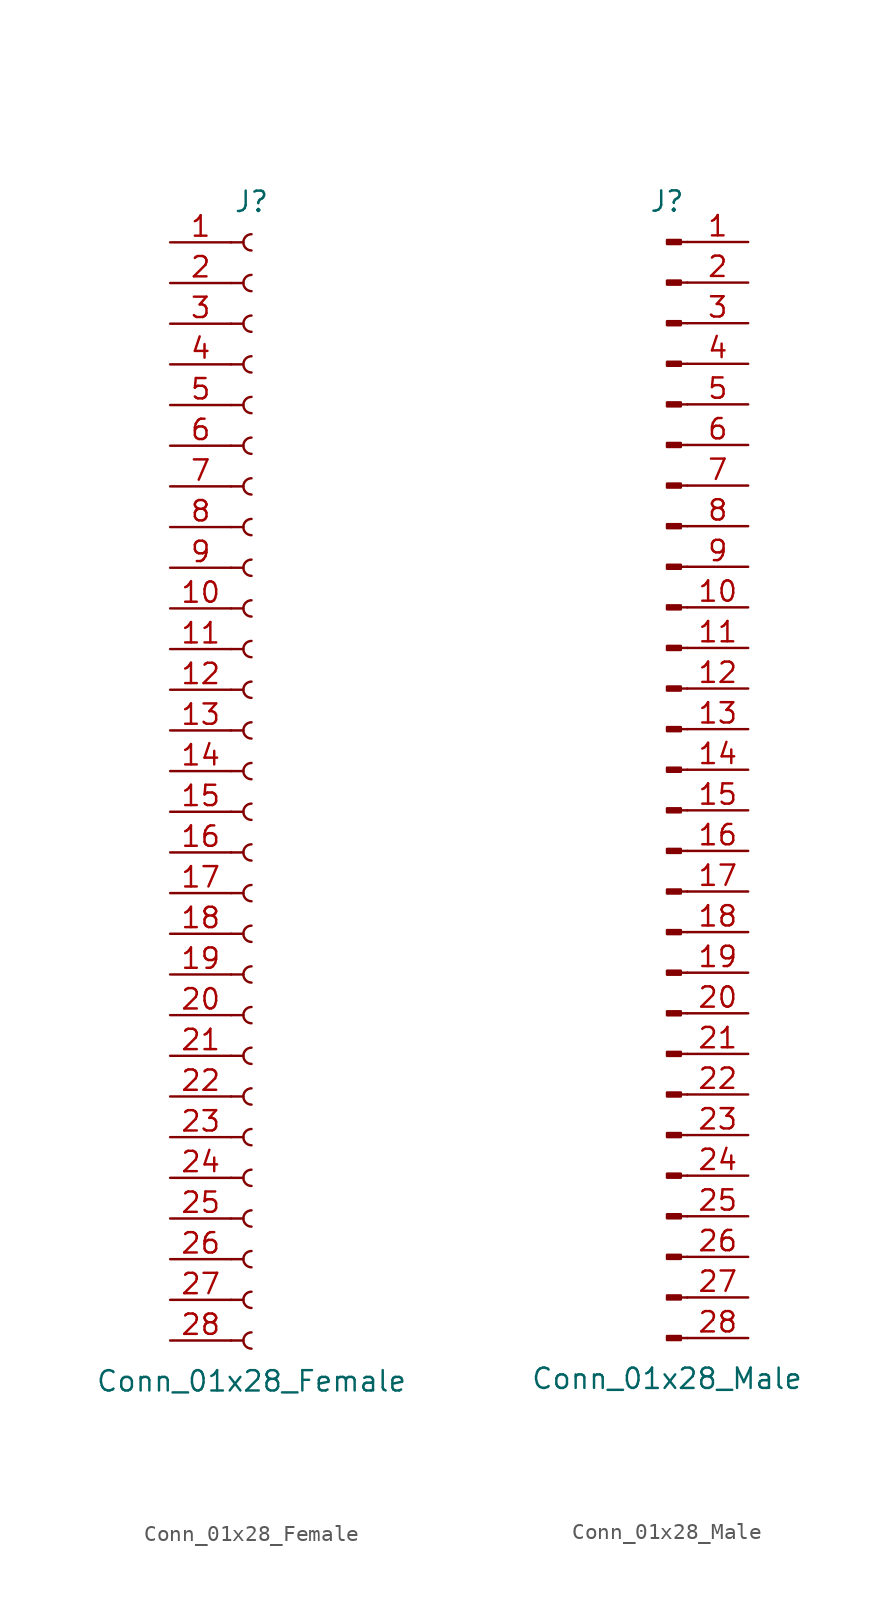
<source format=kicad_sym>
(kicad_symbol_lib
  (version 20211014)
  (generator kicad_symbol_editor)
  (symbol "Conn_01x28_Female"
    (pin_names
      (offset 1.016) hide)
    (property "Reference" "J"
      (at 0 35.56 0)
      (effects (font (size 1.27 1.27))))
    (property "Value" "Conn_01x28_Female"
      (at 0 -38.1 0)
      (effects (font (size 1.27 1.27))))
    (symbol "Conn_01x28_Female_1_1"
      (arc (start 0 -35.052) (mid -0.508 -35.56) (end 0 -36.068) (stroke (width 0.1524) (type default) (color 0 0 0 0)) (fill (type none)))
      (arc (start 0 -32.512) (mid -0.508 -33.02) (end 0 -33.528) (stroke (width 0.1524) (type default) (color 0 0 0 0)) (fill (type none)))
      (arc (start 0 -29.972) (mid -0.508 -30.48) (end 0 -30.988) (stroke (width 0.1524) (type default) (color 0 0 0 0)) (fill (type none)))
      (arc (start 0 -27.432) (mid -0.508 -27.94) (end 0 -28.448) (stroke (width 0.1524) (type default) (color 0 0 0 0)) (fill (type none)))
      (arc (start 0 -24.892) (mid -0.508 -25.4) (end 0 -25.908) (stroke (width 0.1524) (type default) (color 0 0 0 0)) (fill (type none)))
      (arc (start 0 -22.352) (mid -0.508 -22.86) (end 0 -23.368) (stroke (width 0.1524) (type default) (color 0 0 0 0)) (fill (type none)))
      (arc (start 0 -19.812) (mid -0.508 -20.32) (end 0 -20.828) (stroke (width 0.1524) (type default) (color 0 0 0 0)) (fill (type none)))
      (arc (start 0 -17.272) (mid -0.508 -17.78) (end 0 -18.288) (stroke (width 0.1524) (type default) (color 0 0 0 0)) (fill (type none)))
      (arc (start 0 -14.732) (mid -0.508 -15.24) (end 0 -15.748) (stroke (width 0.1524) (type default) (color 0 0 0 0)) (fill (type none)))
      (arc (start 0 -12.192) (mid -0.508 -12.7) (end 0 -13.208) (stroke (width 0.1524) (type default) (color 0 0 0 0)) (fill (type none)))
      (arc (start 0 -9.652) (mid -0.508 -10.16) (end 0 -10.668) (stroke (width 0.1524) (type default) (color 0 0 0 0)) (fill (type none)))
      (arc (start 0 -7.112) (mid -0.508 -7.62) (end 0 -8.128) (stroke (width 0.1524) (type default) (color 0 0 0 0)) (fill (type none)))
      (arc (start 0 -4.572) (mid -0.508 -5.08) (end 0 -5.588) (stroke (width 0.1524) (type default) (color 0 0 0 0)) (fill (type none)))
      (arc (start 0 -2.032) (mid -0.508 -2.54) (end 0 -3.048) (stroke (width 0.1524) (type default) (color 0 0 0 0)) (fill (type none)))
      (polyline (pts (xy -1.27 -35.56) (xy -0.508 -35.56)) (stroke (width 0.152) (type default) (color 0 0 0 0)) (fill (type none)))
      (polyline (pts (xy -1.27 -33.02) (xy -0.508 -33.02)) (stroke (width 0.152) (type default) (color 0 0 0 0)) (fill (type none)))
      (polyline (pts (xy -1.27 -30.48) (xy -0.508 -30.48)) (stroke (width 0.152) (type default) (color 0 0 0 0)) (fill (type none)))
      (polyline (pts (xy -1.27 -27.94) (xy -0.508 -27.94)) (stroke (width 0.152) (type default) (color 0 0 0 0)) (fill (type none)))
      (polyline (pts (xy -1.27 -25.4) (xy -0.508 -25.4)) (stroke (width 0.152) (type default) (color 0 0 0 0)) (fill (type none)))
      (polyline (pts (xy -1.27 -22.86) (xy -0.508 -22.86)) (stroke (width 0.152) (type default) (color 0 0 0 0)) (fill (type none)))
      (polyline (pts (xy -1.27 -20.32) (xy -0.508 -20.32)) (stroke (width 0.152) (type default) (color 0 0 0 0)) (fill (type none)))
      (polyline (pts (xy -1.27 -17.78) (xy -0.508 -17.78)) (stroke (width 0.152) (type default) (color 0 0 0 0)) (fill (type none)))
      (polyline (pts (xy -1.27 -15.24) (xy -0.508 -15.24)) (stroke (width 0.152) (type default) (color 0 0 0 0)) (fill (type none)))
      (polyline (pts (xy -1.27 -12.7) (xy -0.508 -12.7)) (stroke (width 0.152) (type default) (color 0 0 0 0)) (fill (type none)))
      (polyline (pts (xy -1.27 -10.16) (xy -0.508 -10.16)) (stroke (width 0.152) (type default) (color 0 0 0 0)) (fill (type none)))
      (polyline (pts (xy -1.27 -7.62) (xy -0.508 -7.62)) (stroke (width 0.152) (type default) (color 0 0 0 0)) (fill (type none)))
      (polyline (pts (xy -1.27 -5.08) (xy -0.508 -5.08)) (stroke (width 0.152) (type default) (color 0 0 0 0)) (fill (type none)))
      (polyline (pts (xy -1.27 -2.54) (xy -0.508 -2.54)) (stroke (width 0.152) (type default) (color 0 0 0 0)) (fill (type none)))
      (polyline (pts (xy -1.27 0) (xy -0.508 0)) (stroke (width 0.152) (type default) (color 0 0 0 0)) (fill (type none)))
      (polyline (pts (xy -1.27 2.54) (xy -0.508 2.54)) (stroke (width 0.152) (type default) (color 0 0 0 0)) (fill (type none)))
      (polyline (pts (xy -1.27 5.08) (xy -0.508 5.08)) (stroke (width 0.152) (type default) (color 0 0 0 0)) (fill (type none)))
      (polyline (pts (xy -1.27 7.62) (xy -0.508 7.62)) (stroke (width 0.152) (type default) (color 0 0 0 0)) (fill (type none)))
      (polyline (pts (xy -1.27 10.16) (xy -0.508 10.16)) (stroke (width 0.152) (type default) (color 0 0 0 0)) (fill (type none)))
      (polyline (pts (xy -1.27 12.7) (xy -0.508 12.7)) (stroke (width 0.152) (type default) (color 0 0 0 0)) (fill (type none)))
      (polyline (pts (xy -1.27 15.24) (xy -0.508 15.24)) (stroke (width 0.152) (type default) (color 0 0 0 0)) (fill (type none)))
      (polyline (pts (xy -1.27 17.78) (xy -0.508 17.78)) (stroke (width 0.152) (type default) (color 0 0 0 0)) (fill (type none)))
      (polyline (pts (xy -1.27 20.32) (xy -0.508 20.32)) (stroke (width 0.152) (type default) (color 0 0 0 0)) (fill (type none)))
      (polyline (pts (xy -1.27 22.86) (xy -0.508 22.86)) (stroke (width 0.152) (type default) (color 0 0 0 0)) (fill (type none)))
      (polyline (pts (xy -1.27 25.4) (xy -0.508 25.4)) (stroke (width 0.152) (type default) (color 0 0 0 0)) (fill (type none)))
      (polyline (pts (xy -1.27 27.94) (xy -0.508 27.94)) (stroke (width 0.152) (type default) (color 0 0 0 0)) (fill (type none)))
      (polyline (pts (xy -1.27 30.48) (xy -0.508 30.48)) (stroke (width 0.152) (type default) (color 0 0 0 0)) (fill (type none)))
      (polyline (pts (xy -1.27 33.02) (xy -0.508 33.02)) (stroke (width 0.152) (type default) (color 0 0 0 0)) (fill (type none)))
      (arc (start 0 0.508) (mid -0.508 0) (end 0 -0.508) (stroke (width 0.1524) (type default) (color 0 0 0 0)) (fill (type none)))
      (arc (start 0 3.048) (mid -0.508 2.54) (end 0 2.032) (stroke (width 0.1524) (type default) (color 0 0 0 0)) (fill (type none)))
      (arc (start 0 5.588) (mid -0.508 5.08) (end 0 4.572) (stroke (width 0.1524) (type default) (color 0 0 0 0)) (fill (type none)))
      (arc (start 0 8.128) (mid -0.508 7.62) (end 0 7.112) (stroke (width 0.1524) (type default) (color 0 0 0 0)) (fill (type none)))
      (arc (start 0 10.668) (mid -0.508 10.16) (end 0 9.652) (stroke (width 0.1524) (type default) (color 0 0 0 0)) (fill (type none)))
      (arc (start 0 13.208) (mid -0.508 12.7) (end 0 12.192) (stroke (width 0.1524) (type default) (color 0 0 0 0)) (fill (type none)))
      (arc (start 0 15.748) (mid -0.508 15.24) (end 0 14.732) (stroke (width 0.1524) (type default) (color 0 0 0 0)) (fill (type none)))
      (arc (start 0 18.288) (mid -0.508 17.78) (end 0 17.272) (stroke (width 0.1524) (type default) (color 0 0 0 0)) (fill (type none)))
      (arc (start 0 20.828) (mid -0.508 20.32) (end 0 19.812) (stroke (width 0.1524) (type default) (color 0 0 0 0)) (fill (type none)))
      (arc (start 0 23.368) (mid -0.508 22.86) (end 0 22.352) (stroke (width 0.1524) (type default) (color 0 0 0 0)) (fill (type none)))
      (arc (start 0 25.908) (mid -0.508 25.4) (end 0 24.892) (stroke (width 0.1524) (type default) (color 0 0 0 0)) (fill (type none)))
      (arc (start 0 28.448) (mid -0.508 27.94) (end 0 27.432) (stroke (width 0.1524) (type default) (color 0 0 0 0)) (fill (type none)))
      (arc (start 0 30.988) (mid -0.508 30.48) (end 0 29.972) (stroke (width 0.1524) (type default) (color 0 0 0 0)) (fill (type none)))
      (arc (start 0 33.528) (mid -0.508 33.02) (end 0 32.512) (stroke (width 0.1524) (type default) (color 0 0 0 0)) (fill (type none)))
      (pin passive line (at -5.08 33.02 0) (length 3.81) (name "Pin_1" (effects (font (size 1.27 1.27)))) (number "1" (effects (font (size 1.27 1.27)))))
      (pin passive line (at -5.08 10.16 0) (length 3.81) (name "Pin_10" (effects (font (size 1.27 1.27)))) (number "10" (effects (font (size 1.27 1.27)))))
      (pin passive line (at -5.08 7.62 0) (length 3.81) (name "Pin_11" (effects (font (size 1.27 1.27)))) (number "11" (effects (font (size 1.27 1.27)))))
      (pin passive line (at -5.08 5.08 0) (length 3.81) (name "Pin_12" (effects (font (size 1.27 1.27)))) (number "12" (effects (font (size 1.27 1.27)))))
      (pin passive line (at -5.08 2.54 0) (length 3.81) (name "Pin_13" (effects (font (size 1.27 1.27)))) (number "13" (effects (font (size 1.27 1.27)))))
      (pin passive line (at -5.08 0 0) (length 3.81) (name "Pin_14" (effects (font (size 1.27 1.27)))) (number "14" (effects (font (size 1.27 1.27)))))
      (pin passive line (at -5.08 -2.54 0) (length 3.81) (name "Pin_15" (effects (font (size 1.27 1.27)))) (number "15" (effects (font (size 1.27 1.27)))))
      (pin passive line (at -5.08 -5.08 0) (length 3.81) (name "Pin_16" (effects (font (size 1.27 1.27)))) (number "16" (effects (font (size 1.27 1.27)))))
      (pin passive line (at -5.08 -7.62 0) (length 3.81) (name "Pin_17" (effects (font (size 1.27 1.27)))) (number "17" (effects (font (size 1.27 1.27)))))
      (pin passive line (at -5.08 -10.16 0) (length 3.81) (name "Pin_18" (effects (font (size 1.27 1.27)))) (number "18" (effects (font (size 1.27 1.27)))))
      (pin passive line (at -5.08 -12.7 0) (length 3.81) (name "Pin_19" (effects (font (size 1.27 1.27)))) (number "19" (effects (font (size 1.27 1.27)))))
      (pin passive line (at -5.08 30.48 0) (length 3.81) (name "Pin_2" (effects (font (size 1.27 1.27)))) (number "2" (effects (font (size 1.27 1.27)))))
      (pin passive line (at -5.08 -15.24 0) (length 3.81) (name "Pin_20" (effects (font (size 1.27 1.27)))) (number "20" (effects (font (size 1.27 1.27)))))
      (pin passive line (at -5.08 -17.78 0) (length 3.81) (name "Pin_21" (effects (font (size 1.27 1.27)))) (number "21" (effects (font (size 1.27 1.27)))))
      (pin passive line (at -5.08 -20.32 0) (length 3.81) (name "Pin_22" (effects (font (size 1.27 1.27)))) (number "22" (effects (font (size 1.27 1.27)))))
      (pin passive line (at -5.08 -22.86 0) (length 3.81) (name "Pin_23" (effects (font (size 1.27 1.27)))) (number "23" (effects (font (size 1.27 1.27)))))
      (pin passive line (at -5.08 -25.4 0) (length 3.81) (name "Pin_24" (effects (font (size 1.27 1.27)))) (number "24" (effects (font (size 1.27 1.27)))))
      (pin passive line (at -5.08 -27.94 0) (length 3.81) (name "Pin_25" (effects (font (size 1.27 1.27)))) (number "25" (effects (font (size 1.27 1.27)))))
      (pin passive line (at -5.08 -30.48 0) (length 3.81) (name "Pin_26" (effects (font (size 1.27 1.27)))) (number "26" (effects (font (size 1.27 1.27)))))
      (pin passive line (at -5.08 -33.02 0) (length 3.81) (name "Pin_27" (effects (font (size 1.27 1.27)))) (number "27" (effects (font (size 1.27 1.27)))))
      (pin passive line (at -5.08 -35.56 0) (length 3.81) (name "Pin_28" (effects (font (size 1.27 1.27)))) (number "28" (effects (font (size 1.27 1.27)))))
      (pin passive line (at -5.08 27.94 0) (length 3.81) (name "Pin_3" (effects (font (size 1.27 1.27)))) (number "3" (effects (font (size 1.27 1.27)))))
      (pin passive line (at -5.08 25.4 0) (length 3.81) (name "Pin_4" (effects (font (size 1.27 1.27)))) (number "4" (effects (font (size 1.27 1.27)))))
      (pin passive line (at -5.08 22.86 0) (length 3.81) (name "Pin_5" (effects (font (size 1.27 1.27)))) (number "5" (effects (font (size 1.27 1.27)))))
      (pin passive line (at -5.08 20.32 0) (length 3.81) (name "Pin_6" (effects (font (size 1.27 1.27)))) (number "6" (effects (font (size 1.27 1.27)))))
      (pin passive line (at -5.08 17.78 0) (length 3.81) (name "Pin_7" (effects (font (size 1.27 1.27)))) (number "7" (effects (font (size 1.27 1.27)))))
      (pin passive line (at -5.08 15.24 0) (length 3.81) (name "Pin_8" (effects (font (size 1.27 1.27)))) (number "8" (effects (font (size 1.27 1.27)))))
      (pin passive line (at -5.08 12.7 0) (length 3.81) (name "Pin_9" (effects (font (size 1.27 1.27)))) (number "9" (effects (font (size 1.27 1.27)))))))
  (symbol "Conn_01x28_Male"
    (pin_names
      (offset 1.016) hide)
    (property "Reference" "J"
      (at 0 35.56 0)
      (effects (font (size 1.27 1.27))))
    (property "Value" "Conn_01x28_Male"
      (at 0 -38.1 0)
      (effects (font (size 1.27 1.27))))
    (symbol "Conn_01x28_Male_1_1"
      (polyline (pts (xy 1.27 -35.56) (xy 0.864 -35.56)) (stroke (width 0.152) (type default) (color 0 0 0 0)) (fill (type none)))
      (polyline (pts (xy 1.27 -33.02) (xy 0.864 -33.02)) (stroke (width 0.152) (type default) (color 0 0 0 0)) (fill (type none)))
      (polyline (pts (xy 1.27 -30.48) (xy 0.864 -30.48)) (stroke (width 0.152) (type default) (color 0 0 0 0)) (fill (type none)))
      (polyline (pts (xy 1.27 -27.94) (xy 0.864 -27.94)) (stroke (width 0.152) (type default) (color 0 0 0 0)) (fill (type none)))
      (polyline (pts (xy 1.27 -25.4) (xy 0.864 -25.4)) (stroke (width 0.152) (type default) (color 0 0 0 0)) (fill (type none)))
      (polyline (pts (xy 1.27 -22.86) (xy 0.864 -22.86)) (stroke (width 0.152) (type default) (color 0 0 0 0)) (fill (type none)))
      (polyline (pts (xy 1.27 -20.32) (xy 0.864 -20.32)) (stroke (width 0.152) (type default) (color 0 0 0 0)) (fill (type none)))
      (polyline (pts (xy 1.27 -17.78) (xy 0.864 -17.78)) (stroke (width 0.152) (type default) (color 0 0 0 0)) (fill (type none)))
      (polyline (pts (xy 1.27 -15.24) (xy 0.864 -15.24)) (stroke (width 0.152) (type default) (color 0 0 0 0)) (fill (type none)))
      (polyline (pts (xy 1.27 -12.7) (xy 0.864 -12.7)) (stroke (width 0.152) (type default) (color 0 0 0 0)) (fill (type none)))
      (polyline (pts (xy 1.27 -10.16) (xy 0.864 -10.16)) (stroke (width 0.152) (type default) (color 0 0 0 0)) (fill (type none)))
      (polyline (pts (xy 1.27 -7.62) (xy 0.864 -7.62)) (stroke (width 0.152) (type default) (color 0 0 0 0)) (fill (type none)))
      (polyline (pts (xy 1.27 -5.08) (xy 0.864 -5.08)) (stroke (width 0.152) (type default) (color 0 0 0 0)) (fill (type none)))
      (polyline (pts (xy 1.27 -2.54) (xy 0.864 -2.54)) (stroke (width 0.152) (type default) (color 0 0 0 0)) (fill (type none)))
      (polyline (pts (xy 1.27 0) (xy 0.864 0)) (stroke (width 0.152) (type default) (color 0 0 0 0)) (fill (type none)))
      (polyline (pts (xy 1.27 2.54) (xy 0.864 2.54)) (stroke (width 0.152) (type default) (color 0 0 0 0)) (fill (type none)))
      (polyline (pts (xy 1.27 5.08) (xy 0.864 5.08)) (stroke (width 0.152) (type default) (color 0 0 0 0)) (fill (type none)))
      (polyline (pts (xy 1.27 7.62) (xy 0.864 7.62)) (stroke (width 0.152) (type default) (color 0 0 0 0)) (fill (type none)))
      (polyline (pts (xy 1.27 10.16) (xy 0.864 10.16)) (stroke (width 0.152) (type default) (color 0 0 0 0)) (fill (type none)))
      (polyline (pts (xy 1.27 12.7) (xy 0.864 12.7)) (stroke (width 0.152) (type default) (color 0 0 0 0)) (fill (type none)))
      (polyline (pts (xy 1.27 15.24) (xy 0.864 15.24)) (stroke (width 0.152) (type default) (color 0 0 0 0)) (fill (type none)))
      (polyline (pts (xy 1.27 17.78) (xy 0.864 17.78)) (stroke (width 0.152) (type default) (color 0 0 0 0)) (fill (type none)))
      (polyline (pts (xy 1.27 20.32) (xy 0.864 20.32)) (stroke (width 0.152) (type default) (color 0 0 0 0)) (fill (type none)))
      (polyline (pts (xy 1.27 22.86) (xy 0.864 22.86)) (stroke (width 0.152) (type default) (color 0 0 0 0)) (fill (type none)))
      (polyline (pts (xy 1.27 25.4) (xy 0.864 25.4)) (stroke (width 0.152) (type default) (color 0 0 0 0)) (fill (type none)))
      (polyline (pts (xy 1.27 27.94) (xy 0.864 27.94)) (stroke (width 0.152) (type default) (color 0 0 0 0)) (fill (type none)))
      (polyline (pts (xy 1.27 30.48) (xy 0.864 30.48)) (stroke (width 0.152) (type default) (color 0 0 0 0)) (fill (type none)))
      (polyline (pts (xy 1.27 33.02) (xy 0.864 33.02)) (stroke (width 0.152) (type default) (color 0 0 0 0)) (fill (type none)))
      (rectangle (start 0.864 -35.433) (end 0 -35.687) (stroke (width 0.152) (type default) (color 0 0 0 0)) (fill (type outline)))
      (rectangle (start 0.864 -32.893) (end 0 -33.147) (stroke (width 0.152) (type default) (color 0 0 0 0)) (fill (type outline)))
      (rectangle (start 0.864 -30.353) (end 0 -30.607) (stroke (width 0.152) (type default) (color 0 0 0 0)) (fill (type outline)))
      (rectangle (start 0.864 -27.813) (end 0 -28.067) (stroke (width 0.152) (type default) (color 0 0 0 0)) (fill (type outline)))
      (rectangle (start 0.864 -25.273) (end 0 -25.527) (stroke (width 0.152) (type default) (color 0 0 0 0)) (fill (type outline)))
      (rectangle (start 0.864 -22.733) (end 0 -22.987) (stroke (width 0.152) (type default) (color 0 0 0 0)) (fill (type outline)))
      (rectangle (start 0.864 -20.193) (end 0 -20.447) (stroke (width 0.152) (type default) (color 0 0 0 0)) (fill (type outline)))
      (rectangle (start 0.864 -17.653) (end 0 -17.907) (stroke (width 0.152) (type default) (color 0 0 0 0)) (fill (type outline)))
      (rectangle (start 0.864 -15.113) (end 0 -15.367) (stroke (width 0.152) (type default) (color 0 0 0 0)) (fill (type outline)))
      (rectangle (start 0.864 -12.573) (end 0 -12.827) (stroke (width 0.152) (type default) (color 0 0 0 0)) (fill (type outline)))
      (rectangle (start 0.864 -10.033) (end 0 -10.287) (stroke (width 0.152) (type default) (color 0 0 0 0)) (fill (type outline)))
      (rectangle (start 0.864 -7.493) (end 0 -7.747) (stroke (width 0.152) (type default) (color 0 0 0 0)) (fill (type outline)))
      (rectangle (start 0.864 -4.953) (end 0 -5.207) (stroke (width 0.152) (type default) (color 0 0 0 0)) (fill (type outline)))
      (rectangle (start 0.864 -2.413) (end 0 -2.667) (stroke (width 0.152) (type default) (color 0 0 0 0)) (fill (type outline)))
      (rectangle (start 0.864 0.127) (end 0 -0.127) (stroke (width 0.152) (type default) (color 0 0 0 0)) (fill (type outline)))
      (rectangle (start 0.864 2.667) (end 0 2.413) (stroke (width 0.152) (type default) (color 0 0 0 0)) (fill (type outline)))
      (rectangle (start 0.864 5.207) (end 0 4.953) (stroke (width 0.152) (type default) (color 0 0 0 0)) (fill (type outline)))
      (rectangle (start 0.864 7.747) (end 0 7.493) (stroke (width 0.152) (type default) (color 0 0 0 0)) (fill (type outline)))
      (rectangle (start 0.864 10.287) (end 0 10.033) (stroke (width 0.152) (type default) (color 0 0 0 0)) (fill (type outline)))
      (rectangle (start 0.864 12.827) (end 0 12.573) (stroke (width 0.152) (type default) (color 0 0 0 0)) (fill (type outline)))
      (rectangle (start 0.864 15.367) (end 0 15.113) (stroke (width 0.152) (type default) (color 0 0 0 0)) (fill (type outline)))
      (rectangle (start 0.864 17.907) (end 0 17.653) (stroke (width 0.152) (type default) (color 0 0 0 0)) (fill (type outline)))
      (rectangle (start 0.864 20.447) (end 0 20.193) (stroke (width 0.152) (type default) (color 0 0 0 0)) (fill (type outline)))
      (rectangle (start 0.864 22.987) (end 0 22.733) (stroke (width 0.152) (type default) (color 0 0 0 0)) (fill (type outline)))
      (rectangle (start 0.864 25.527) (end 0 25.273) (stroke (width 0.152) (type default) (color 0 0 0 0)) (fill (type outline)))
      (rectangle (start 0.864 28.067) (end 0 27.813) (stroke (width 0.152) (type default) (color 0 0 0 0)) (fill (type outline)))
      (rectangle (start 0.864 30.607) (end 0 30.353) (stroke (width 0.152) (type default) (color 0 0 0 0)) (fill (type outline)))
      (rectangle (start 0.864 33.147) (end 0 32.893) (stroke (width 0.152) (type default) (color 0 0 0 0)) (fill (type outline)))
      (pin passive line (at 5.08 33.02 180) (length 3.81) (name "Pin_1" (effects (font (size 1.27 1.27)))) (number "1" (effects (font (size 1.27 1.27)))))
      (pin passive line (at 5.08 10.16 180) (length 3.81) (name "Pin_10" (effects (font (size 1.27 1.27)))) (number "10" (effects (font (size 1.27 1.27)))))
      (pin passive line (at 5.08 7.62 180) (length 3.81) (name "Pin_11" (effects (font (size 1.27 1.27)))) (number "11" (effects (font (size 1.27 1.27)))))
      (pin passive line (at 5.08 5.08 180) (length 3.81) (name "Pin_12" (effects (font (size 1.27 1.27)))) (number "12" (effects (font (size 1.27 1.27)))))
      (pin passive line (at 5.08 2.54 180) (length 3.81) (name "Pin_13" (effects (font (size 1.27 1.27)))) (number "13" (effects (font (size 1.27 1.27)))))
      (pin passive line (at 5.08 0 180) (length 3.81) (name "Pin_14" (effects (font (size 1.27 1.27)))) (number "14" (effects (font (size 1.27 1.27)))))
      (pin passive line (at 5.08 -2.54 180) (length 3.81) (name "Pin_15" (effects (font (size 1.27 1.27)))) (number "15" (effects (font (size 1.27 1.27)))))
      (pin passive line (at 5.08 -5.08 180) (length 3.81) (name "Pin_16" (effects (font (size 1.27 1.27)))) (number "16" (effects (font (size 1.27 1.27)))))
      (pin passive line (at 5.08 -7.62 180) (length 3.81) (name "Pin_17" (effects (font (size 1.27 1.27)))) (number "17" (effects (font (size 1.27 1.27)))))
      (pin passive line (at 5.08 -10.16 180) (length 3.81) (name "Pin_18" (effects (font (size 1.27 1.27)))) (number "18" (effects (font (size 1.27 1.27)))))
      (pin passive line (at 5.08 -12.7 180) (length 3.81) (name "Pin_19" (effects (font (size 1.27 1.27)))) (number "19" (effects (font (size 1.27 1.27)))))
      (pin passive line (at 5.08 30.48 180) (length 3.81) (name "Pin_2" (effects (font (size 1.27 1.27)))) (number "2" (effects (font (size 1.27 1.27)))))
      (pin passive line (at 5.08 -15.24 180) (length 3.81) (name "Pin_20" (effects (font (size 1.27 1.27)))) (number "20" (effects (font (size 1.27 1.27)))))
      (pin passive line (at 5.08 -17.78 180) (length 3.81) (name "Pin_21" (effects (font (size 1.27 1.27)))) (number "21" (effects (font (size 1.27 1.27)))))
      (pin passive line (at 5.08 -20.32 180) (length 3.81) (name "Pin_22" (effects (font (size 1.27 1.27)))) (number "22" (effects (font (size 1.27 1.27)))))
      (pin passive line (at 5.08 -22.86 180) (length 3.81) (name "Pin_23" (effects (font (size 1.27 1.27)))) (number "23" (effects (font (size 1.27 1.27)))))
      (pin passive line (at 5.08 -25.4 180) (length 3.81) (name "Pin_24" (effects (font (size 1.27 1.27)))) (number "24" (effects (font (size 1.27 1.27)))))
      (pin passive line (at 5.08 -27.94 180) (length 3.81) (name "Pin_25" (effects (font (size 1.27 1.27)))) (number "25" (effects (font (size 1.27 1.27)))))
      (pin passive line (at 5.08 -30.48 180) (length 3.81) (name "Pin_26" (effects (font (size 1.27 1.27)))) (number "26" (effects (font (size 1.27 1.27)))))
      (pin passive line (at 5.08 -33.02 180) (length 3.81) (name "Pin_27" (effects (font (size 1.27 1.27)))) (number "27" (effects (font (size 1.27 1.27)))))
      (pin passive line (at 5.08 -35.56 180) (length 3.81) (name "Pin_28" (effects (font (size 1.27 1.27)))) (number "28" (effects (font (size 1.27 1.27)))))
      (pin passive line (at 5.08 27.94 180) (length 3.81) (name "Pin_3" (effects (font (size 1.27 1.27)))) (number "3" (effects (font (size 1.27 1.27)))))
      (pin passive line (at 5.08 25.4 180) (length 3.81) (name "Pin_4" (effects (font (size 1.27 1.27)))) (number "4" (effects (font (size 1.27 1.27)))))
      (pin passive line (at 5.08 22.86 180) (length 3.81) (name "Pin_5" (effects (font (size 1.27 1.27)))) (number "5" (effects (font (size 1.27 1.27)))))
      (pin passive line (at 5.08 20.32 180) (length 3.81) (name "Pin_6" (effects (font (size 1.27 1.27)))) (number "6" (effects (font (size 1.27 1.27)))))
      (pin passive line (at 5.08 17.78 180) (length 3.81) (name "Pin_7" (effects (font (size 1.27 1.27)))) (number "7" (effects (font (size 1.27 1.27)))))
      (pin passive line (at 5.08 15.24 180) (length 3.81) (name "Pin_8" (effects (font (size 1.27 1.27)))) (number "8" (effects (font (size 1.27 1.27)))))
      (pin passive line (at 5.08 12.7 180) (length 3.81) (name "Pin_9" (effects (font (size 1.27 1.27)))) (number "9" (effects (font (size 1.27 1.27))))))))
</source>
